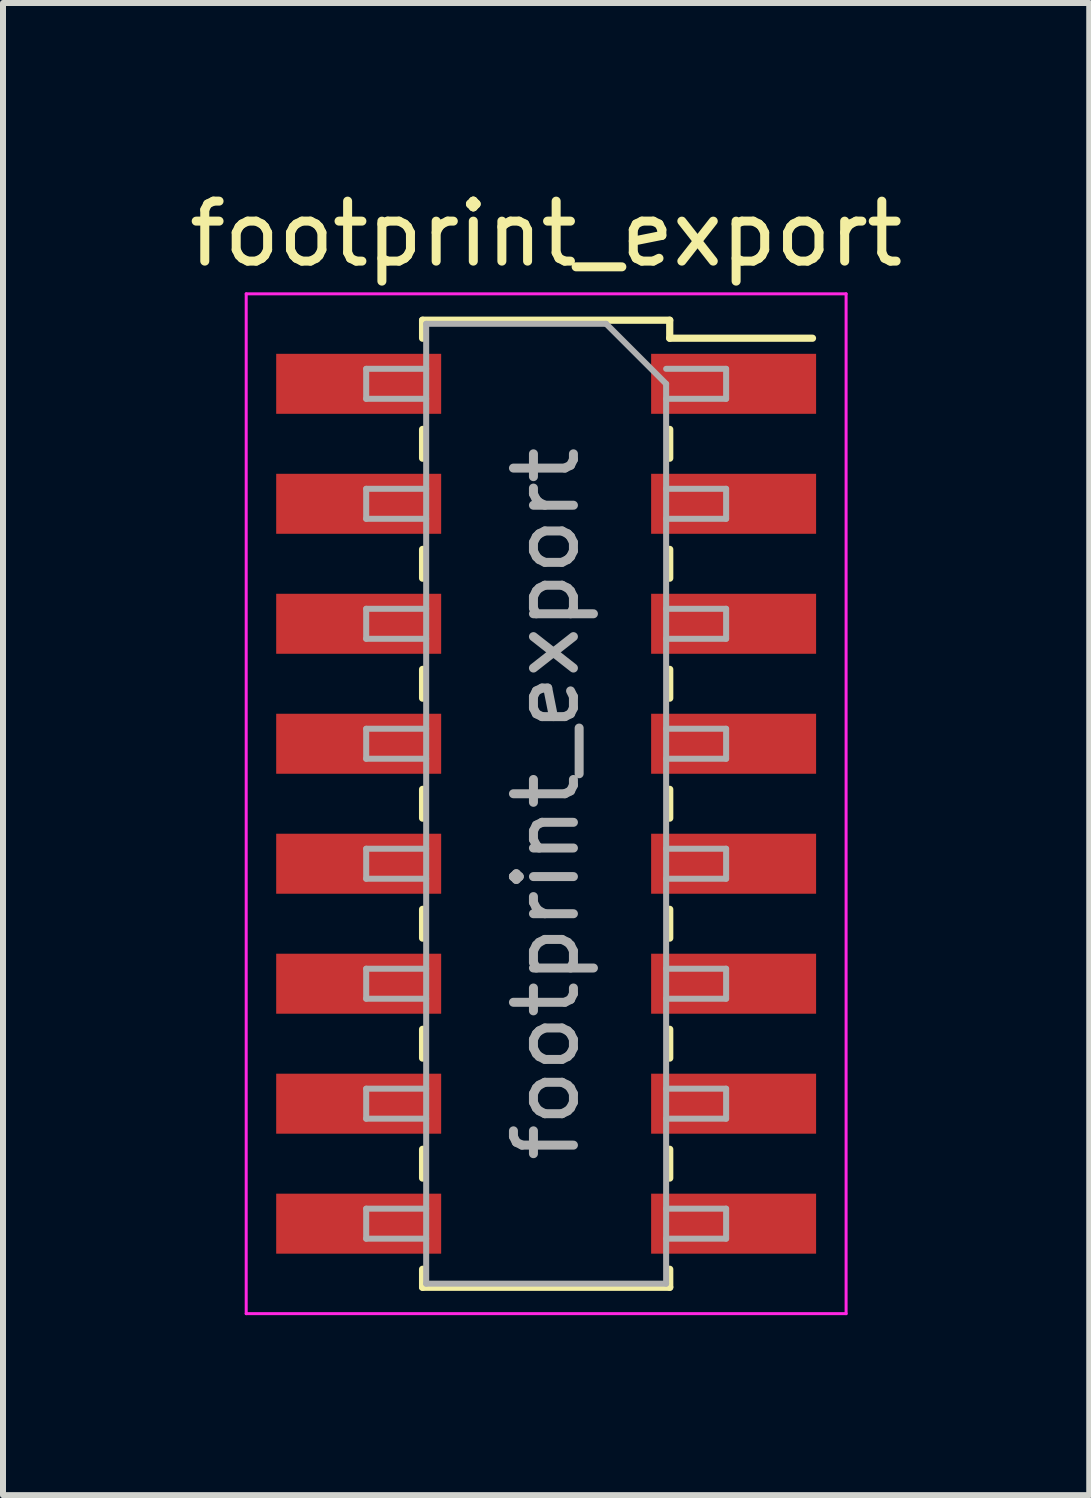
<source format=kicad_pcb>
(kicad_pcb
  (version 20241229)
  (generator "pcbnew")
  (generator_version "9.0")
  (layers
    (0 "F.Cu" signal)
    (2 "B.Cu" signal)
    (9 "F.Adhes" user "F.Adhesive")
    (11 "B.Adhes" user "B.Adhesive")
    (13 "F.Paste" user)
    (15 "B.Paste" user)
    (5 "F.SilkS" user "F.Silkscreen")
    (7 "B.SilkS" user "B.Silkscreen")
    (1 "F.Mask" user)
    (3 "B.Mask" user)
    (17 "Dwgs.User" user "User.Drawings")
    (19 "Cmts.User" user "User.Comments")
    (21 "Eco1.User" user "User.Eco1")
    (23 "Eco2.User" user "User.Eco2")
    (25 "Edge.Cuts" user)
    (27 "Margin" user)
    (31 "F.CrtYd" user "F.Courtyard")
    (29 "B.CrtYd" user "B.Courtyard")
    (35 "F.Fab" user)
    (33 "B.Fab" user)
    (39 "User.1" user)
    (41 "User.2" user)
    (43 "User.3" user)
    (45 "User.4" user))
  (footprint "footprint_export"
    (layer "F.Cu")
    (at 6.054 10.348)
    (property "Reference" "footprint_export" (at 0 -9.5 0) (layer "F.SilkS") (effects (font (size 1 1) (thickness 0.15))))
    (attr smd)
    (fp_line (start -2.06 -8.06) (end -2.06 -7.76) (stroke (width 0.12) (type solid)) (layer "F.SilkS"))
    (fp_line (start -2.06 -8.06) (end 2.06 -8.06) (stroke (width 0.12) (type solid)) (layer "F.SilkS"))
    (fp_line (start -2.06 -6.24) (end -2.06 -5.76) (stroke (width 0.12) (type solid)) (layer "F.SilkS"))
    (fp_line (start -2.06 -4.24) (end -2.06 -3.76) (stroke (width 0.12) (type solid)) (layer "F.SilkS"))
    (fp_line (start -2.06 -2.24) (end -2.06 -1.76) (stroke (width 0.12) (type solid)) (layer "F.SilkS"))
    (fp_line (start -2.06 -0.24) (end -2.06 0.24) (stroke (width 0.12) (type solid)) (layer "F.SilkS"))
    (fp_line (start -2.06 1.76) (end -2.06 2.24) (stroke (width 0.12) (type solid)) (layer "F.SilkS"))
    (fp_line (start -2.06 3.76) (end -2.06 4.24) (stroke (width 0.12) (type solid)) (layer "F.SilkS"))
    (fp_line (start -2.06 5.76) (end -2.06 6.24) (stroke (width 0.12) (type solid)) (layer "F.SilkS"))
    (fp_line (start -2.06 7.76) (end -2.06 8.06) (stroke (width 0.12) (type solid)) (layer "F.SilkS"))
    (fp_line (start -2.06 8.06) (end 2.06 8.06) (stroke (width 0.12) (type solid)) (layer "F.SilkS"))
    (fp_line (start 2.06 -8.06) (end 2.06 -7.76) (stroke (width 0.12) (type solid)) (layer "F.SilkS"))
    (fp_line (start 2.06 -7.76) (end 4.44 -7.76) (stroke (width 0.12) (type solid)) (layer "F.SilkS"))
    (fp_line (start 2.06 -6.24) (end 2.06 -5.76) (stroke (width 0.12) (type solid)) (layer "F.SilkS"))
    (fp_line (start 2.06 -4.24) (end 2.06 -3.76) (stroke (width 0.12) (type solid)) (layer "F.SilkS"))
    (fp_line (start 2.06 -2.24) (end 2.06 -1.76) (stroke (width 0.12) (type solid)) (layer "F.SilkS"))
    (fp_line (start 2.06 -0.24) (end 2.06 0.24) (stroke (width 0.12) (type solid)) (layer "F.SilkS"))
    (fp_line (start 2.06 1.76) (end 2.06 2.24) (stroke (width 0.12) (type solid)) (layer "F.SilkS"))
    (fp_line (start 2.06 3.76) (end 2.06 4.24) (stroke (width 0.12) (type solid)) (layer "F.SilkS"))
    (fp_line (start 2.06 5.76) (end 2.06 6.24) (stroke (width 0.12) (type solid)) (layer "F.SilkS"))
    (fp_line (start 2.06 7.76) (end 2.06 8.06) (stroke (width 0.12) (type solid)) (layer "F.SilkS"))
    (fp_line (start -5 -8.5) (end 5 -8.5) (stroke (width 0.05) (type solid)) (layer "F.CrtYd"))
    (fp_line (start -5 8.5) (end -5 -8.5) (stroke (width 0.05) (type solid)) (layer "F.CrtYd"))
    (fp_line (start 5 -8.5) (end 5 8.5) (stroke (width 0.05) (type solid)) (layer "F.CrtYd"))
    (fp_line (start 5 8.5) (end -5 8.5) (stroke (width 0.05) (type solid)) (layer "F.CrtYd"))
    (fp_line (start -3 -7.25) (end -2 -7.25) (stroke (width 0.1) (type solid)) (layer "F.Fab"))
    (fp_line (start -3 -6.75) (end -3 -7.25) (stroke (width 0.1) (type solid)) (layer "F.Fab"))
    (fp_line (start -3 -5.25) (end -2 -5.25) (stroke (width 0.1) (type solid)) (layer "F.Fab"))
    (fp_line (start -3 -4.75) (end -3 -5.25) (stroke (width 0.1) (type solid)) (layer "F.Fab"))
    (fp_line (start -3 -3.25) (end -2 -3.25) (stroke (width 0.1) (type solid)) (layer "F.Fab"))
    (fp_line (start -3 -2.75) (end -3 -3.25) (stroke (width 0.1) (type solid)) (layer "F.Fab"))
    (fp_line (start -3 -1.25) (end -2 -1.25) (stroke (width 0.1) (type solid)) (layer "F.Fab"))
    (fp_line (start -3 -0.75) (end -3 -1.25) (stroke (width 0.1) (type solid)) (layer "F.Fab"))
    (fp_line (start -3 0.75) (end -2 0.75) (stroke (width 0.1) (type solid)) (layer "F.Fab"))
    (fp_line (start -3 1.25) (end -3 0.75) (stroke (width 0.1) (type solid)) (layer "F.Fab"))
    (fp_line (start -3 2.75) (end -2 2.75) (stroke (width 0.1) (type solid)) (layer "F.Fab"))
    (fp_line (start -3 3.25) (end -3 2.75) (stroke (width 0.1) (type solid)) (layer "F.Fab"))
    (fp_line (start -3 4.75) (end -2 4.75) (stroke (width 0.1) (type solid)) (layer "F.Fab"))
    (fp_line (start -3 5.25) (end -3 4.75) (stroke (width 0.1) (type solid)) (layer "F.Fab"))
    (fp_line (start -3 6.75) (end -2 6.75) (stroke (width 0.1) (type solid)) (layer "F.Fab"))
    (fp_line (start -3 7.25) (end -3 6.75) (stroke (width 0.1) (type solid)) (layer "F.Fab"))
    (fp_line (start -2 -8) (end 1 -8) (stroke (width 0.1) (type solid)) (layer "F.Fab"))
    (fp_line (start -2 -6.75) (end -3 -6.75) (stroke (width 0.1) (type solid)) (layer "F.Fab"))
    (fp_line (start -2 -4.75) (end -3 -4.75) (stroke (width 0.1) (type solid)) (layer "F.Fab"))
    (fp_line (start -2 -2.75) (end -3 -2.75) (stroke (width 0.1) (type solid)) (layer "F.Fab"))
    (fp_line (start -2 -0.75) (end -3 -0.75) (stroke (width 0.1) (type solid)) (layer "F.Fab"))
    (fp_line (start -2 1.25) (end -3 1.25) (stroke (width 0.1) (type solid)) (layer "F.Fab"))
    (fp_line (start -2 3.25) (end -3 3.25) (stroke (width 0.1) (type solid)) (layer "F.Fab"))
    (fp_line (start -2 5.25) (end -3 5.25) (stroke (width 0.1) (type solid)) (layer "F.Fab"))
    (fp_line (start -2 7.25) (end -3 7.25) (stroke (width 0.1) (type solid)) (layer "F.Fab"))
    (fp_line (start -2 8) (end -2 -8) (stroke (width 0.1) (type solid)) (layer "F.Fab"))
    (fp_line (start 1 -8) (end 2 -7) (stroke (width 0.1) (type solid)) (layer "F.Fab"))
    (fp_line (start 2 -7.25) (end 3 -7.25) (stroke (width 0.1) (type solid)) (layer "F.Fab"))
    (fp_line (start 2 -7) (end 2 8) (stroke (width 0.1) (type solid)) (layer "F.Fab"))
    (fp_line (start 2 -5.25) (end 3 -5.25) (stroke (width 0.1) (type solid)) (layer "F.Fab"))
    (fp_line (start 2 -3.25) (end 3 -3.25) (stroke (width 0.1) (type solid)) (layer "F.Fab"))
    (fp_line (start 2 -1.25) (end 3 -1.25) (stroke (width 0.1) (type solid)) (layer "F.Fab"))
    (fp_line (start 2 0.75) (end 3 0.75) (stroke (width 0.1) (type solid)) (layer "F.Fab"))
    (fp_line (start 2 2.75) (end 3 2.75) (stroke (width 0.1) (type solid)) (layer "F.Fab"))
    (fp_line (start 2 4.75) (end 3 4.75) (stroke (width 0.1) (type solid)) (layer "F.Fab"))
    (fp_line (start 2 6.75) (end 3 6.75) (stroke (width 0.1) (type solid)) (layer "F.Fab"))
    (fp_line (start 2 8) (end -2 8) (stroke (width 0.1) (type solid)) (layer "F.Fab"))
    (fp_line (start 3 -7.25) (end 3 -6.75) (stroke (width 0.1) (type solid)) (layer "F.Fab"))
    (fp_line (start 3 -6.75) (end 2 -6.75) (stroke (width 0.1) (type solid)) (layer "F.Fab"))
    (fp_line (start 3 -5.25) (end 3 -4.75) (stroke (width 0.1) (type solid)) (layer "F.Fab"))
    (fp_line (start 3 -4.75) (end 2 -4.75) (stroke (width 0.1) (type solid)) (layer "F.Fab"))
    (fp_line (start 3 -3.25) (end 3 -2.75) (stroke (width 0.1) (type solid)) (layer "F.Fab"))
    (fp_line (start 3 -2.75) (end 2 -2.75) (stroke (width 0.1) (type solid)) (layer "F.Fab"))
    (fp_line (start 3 -1.25) (end 3 -0.75) (stroke (width 0.1) (type solid)) (layer "F.Fab"))
    (fp_line (start 3 -0.75) (end 2 -0.75) (stroke (width 0.1) (type solid)) (layer "F.Fab"))
    (fp_line (start 3 0.75) (end 3 1.25) (stroke (width 0.1) (type solid)) (layer "F.Fab"))
    (fp_line (start 3 1.25) (end 2 1.25) (stroke (width 0.1) (type solid)) (layer "F.Fab"))
    (fp_line (start 3 2.75) (end 3 3.25) (stroke (width 0.1) (type solid)) (layer "F.Fab"))
    (fp_line (start 3 3.25) (end 2 3.25) (stroke (width 0.1) (type solid)) (layer "F.Fab"))
    (fp_line (start 3 4.75) (end 3 5.25) (stroke (width 0.1) (type solid)) (layer "F.Fab"))
    (fp_line (start 3 5.25) (end 2 5.25) (stroke (width 0.1) (type solid)) (layer "F.Fab"))
    (fp_line (start 3 6.75) (end 3 7.25) (stroke (width 0.1) (type solid)) (layer "F.Fab"))
    (fp_line (start 3 7.25) (end 2 7.25) (stroke (width 0.1) (type solid)) (layer "F.Fab"))
    (fp_text user "${REFERENCE}" (at 0 0 90) (layer "F.Fab") (effects (font (size 1 1) (thickness 0.15))))
    (pad "1" smd rect (at 3.125 -7) (size 2.75 1) (layers "F.Cu" "F.Mask" "F.Paste"))
    (pad "2" smd rect (at -3.125 -7) (size 2.75 1) (layers "F.Cu" "F.Mask" "F.Paste"))
    (pad "3" smd rect (at 3.125 -5) (size 2.75 1) (layers "F.Cu" "F.Mask" "F.Paste"))
    (pad "4" smd rect (at -3.125 -5) (size 2.75 1) (layers "F.Cu" "F.Mask" "F.Paste"))
    (pad "5" smd rect (at 3.125 -3) (size 2.75 1) (layers "F.Cu" "F.Mask" "F.Paste"))
    (pad "6" smd rect (at -3.125 -3) (size 2.75 1) (layers "F.Cu" "F.Mask" "F.Paste"))
    (pad "7" smd rect (at 3.125 -1) (size 2.75 1) (layers "F.Cu" "F.Mask" "F.Paste"))
    (pad "8" smd rect (at -3.125 -1) (size 2.75 1) (layers "F.Cu" "F.Mask" "F.Paste"))
    (pad "9" smd rect (at 3.125 1) (size 2.75 1) (layers "F.Cu" "F.Mask" "F.Paste"))
    (pad "10" smd rect (at -3.125 1) (size 2.75 1) (layers "F.Cu" "F.Mask" "F.Paste"))
    (pad "11" smd rect (at 3.125 3) (size 2.75 1) (layers "F.Cu" "F.Mask" "F.Paste"))
    (pad "12" smd rect (at -3.125 3) (size 2.75 1) (layers "F.Cu" "F.Mask" "F.Paste"))
    (pad "13" smd rect (at 3.125 5) (size 2.75 1) (layers "F.Cu" "F.Mask" "F.Paste"))
    (pad "14" smd rect (at -3.125 5) (size 2.75 1) (layers "F.Cu" "F.Mask" "F.Paste"))
    (pad "15" smd rect (at 3.125 7) (size 2.75 1) (layers "F.Cu" "F.Mask" "F.Paste"))
    (pad "16" smd rect (at -3.125 7) (size 2.75 1) (layers "F.Cu" "F.Mask" "F.Paste")))
  (gr_rect
    (start -3 -3)
    (end 15.107 21.873)
    (stroke (width 0.1) (type default))
    (fill no)
    (layer "Edge.Cuts")))
</source>
